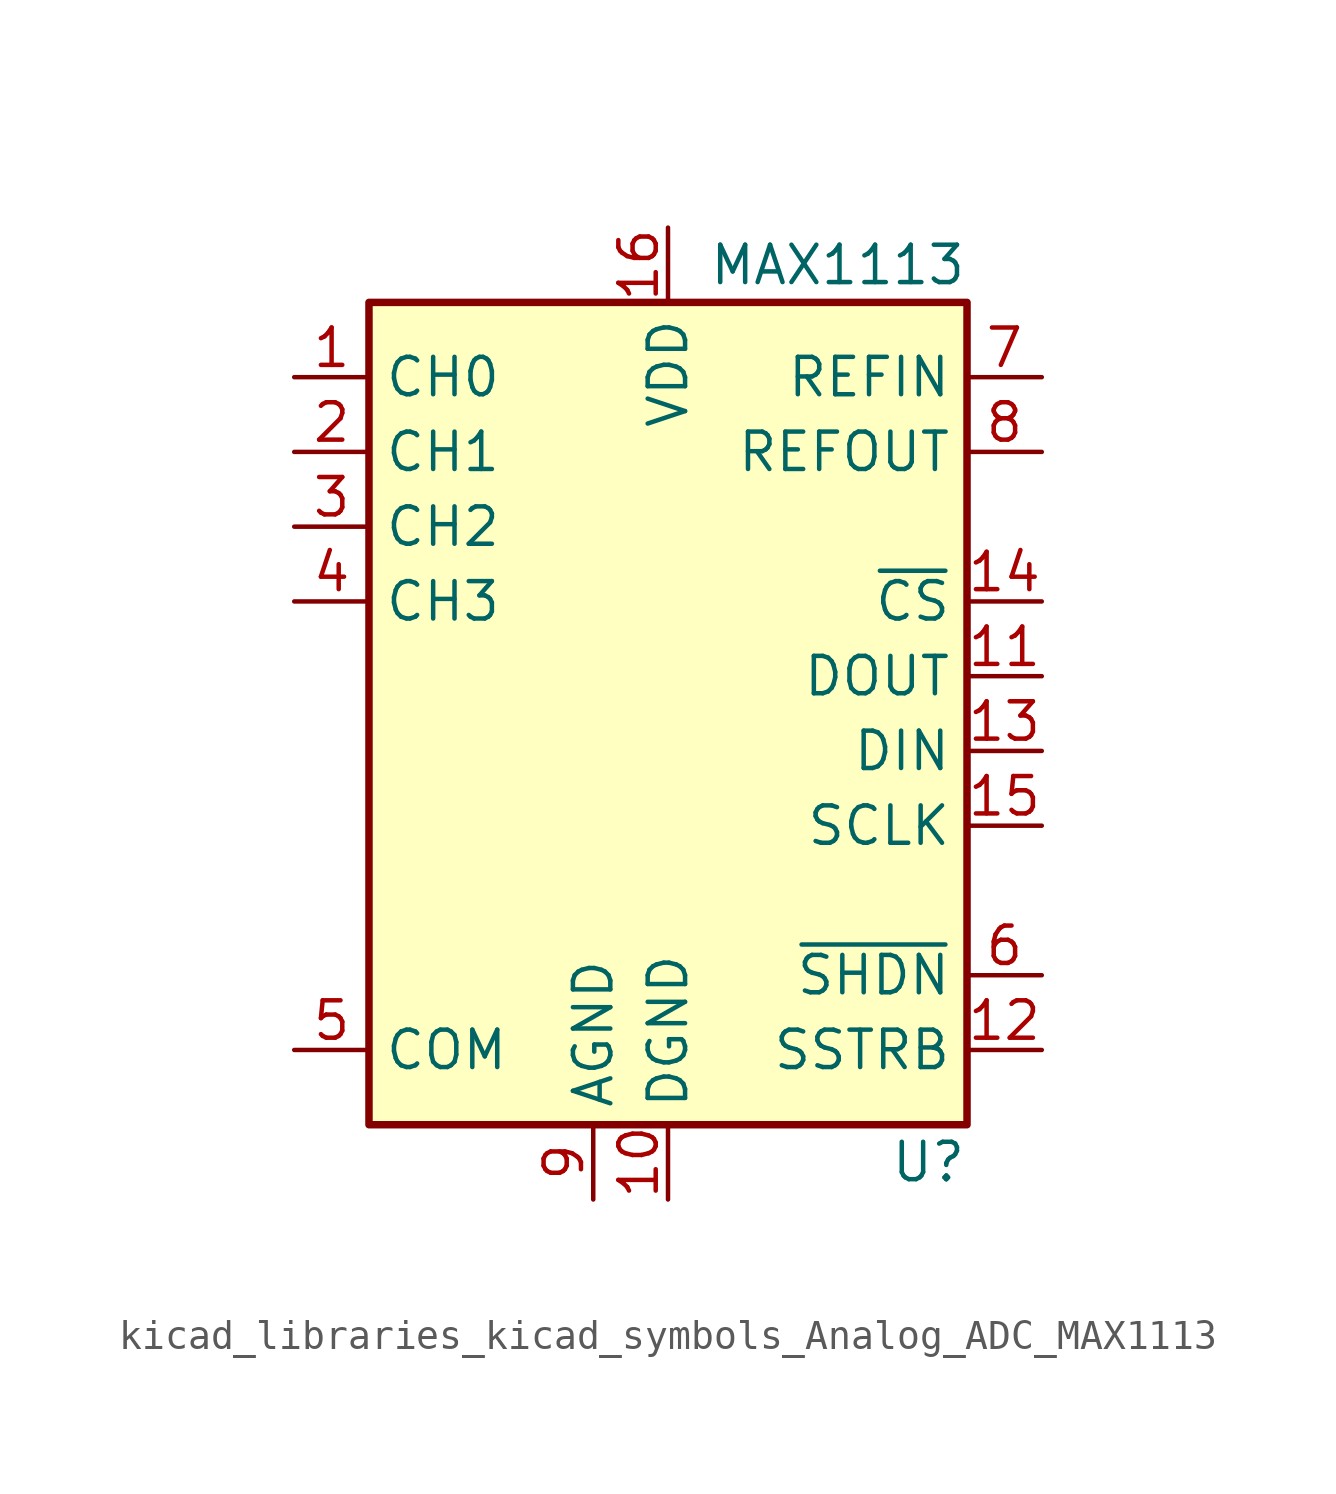
<source format=kicad_sym>
(kicad_symbol_lib
  (version 20220914)
  (generator kicad_symbol_editor)
  (symbol "kicad_libraries_kicad_symbols_Analog_ADC_MAX1113"
    (property "Reference" "U"
      (at 10.16 -13.97 0)
      (effects (font (size 1.27 1.27)) (justify right)))
    (property "Value" "MAX1113"
      (at 10.16 16.51 0)
      (effects (font (size 1.27 1.27)) (justify right)))
    (symbol "kicad_libraries_kicad_symbols_Analog_ADC_MAX1113_0_1"
      (rectangle (start 10.16 15.24) (end -10.16 -12.7) (stroke (width 0.254) (type default)) (fill (type background))))
    (symbol "kicad_libraries_kicad_symbols_Analog_ADC_MAX1113_1_1"
      (pin input line (at -12.7 12.7 0) (length 2.54) (name "CH0" (effects (font (size 1.27 1.27)))) (number "1" (effects (font (size 1.27 1.27)))))
      (pin power_in line (at 0 -15.24 90) (length 2.54) (name "DGND" (effects (font (size 1.27 1.27)))) (number "10" (effects (font (size 1.27 1.27)))))
      (pin output line (at 12.7 2.54 180) (length 2.54) (name "DOUT" (effects (font (size 1.27 1.27)))) (number "11" (effects (font (size 1.27 1.27)))))
      (pin output line (at 12.7 -10.16 180) (length 2.54) (name "SSTRB" (effects (font (size 1.27 1.27)))) (number "12" (effects (font (size 1.27 1.27)))))
      (pin input line (at 12.7 0 180) (length 2.54) (name "DIN" (effects (font (size 1.27 1.27)))) (number "13" (effects (font (size 1.27 1.27)))))
      (pin input line (at 12.7 5.08 180) (length 2.54) (name "~{CS}" (effects (font (size 1.27 1.27)))) (number "14" (effects (font (size 1.27 1.27)))))
      (pin input line (at 12.7 -2.54 180) (length 2.54) (name "SCLK" (effects (font (size 1.27 1.27)))) (number "15" (effects (font (size 1.27 1.27)))))
      (pin power_in line (at 0 17.78 270) (length 2.54) (name "VDD" (effects (font (size 1.27 1.27)))) (number "16" (effects (font (size 1.27 1.27)))))
      (pin input line (at -12.7 10.16 0) (length 2.54) (name "CH1" (effects (font (size 1.27 1.27)))) (number "2" (effects (font (size 1.27 1.27)))))
      (pin input line (at -12.7 7.62 0) (length 2.54) (name "CH2" (effects (font (size 1.27 1.27)))) (number "3" (effects (font (size 1.27 1.27)))))
      (pin input line (at -12.7 5.08 0) (length 2.54) (name "CH3" (effects (font (size 1.27 1.27)))) (number "4" (effects (font (size 1.27 1.27)))))
      (pin power_in line (at -12.7 -10.16 0) (length 2.54) (name "COM" (effects (font (size 1.27 1.27)))) (number "5" (effects (font (size 1.27 1.27)))))
      (pin input line (at 12.7 -7.62 180) (length 2.54) (name "~{SHDN}" (effects (font (size 1.27 1.27)))) (number "6" (effects (font (size 1.27 1.27)))))
      (pin power_in line (at 12.7 12.7 180) (length 2.54) (name "REFIN" (effects (font (size 1.27 1.27)))) (number "7" (effects (font (size 1.27 1.27)))))
      (pin power_out line (at 12.7 10.16 180) (length 2.54) (name "REFOUT" (effects (font (size 1.27 1.27)))) (number "8" (effects (font (size 1.27 1.27)))))
      (pin power_in line (at -2.54 -15.24 90) (length 2.54) (name "AGND" (effects (font (size 1.27 1.27)))) (number "9" (effects (font (size 1.27 1.27))))))))
</source>
